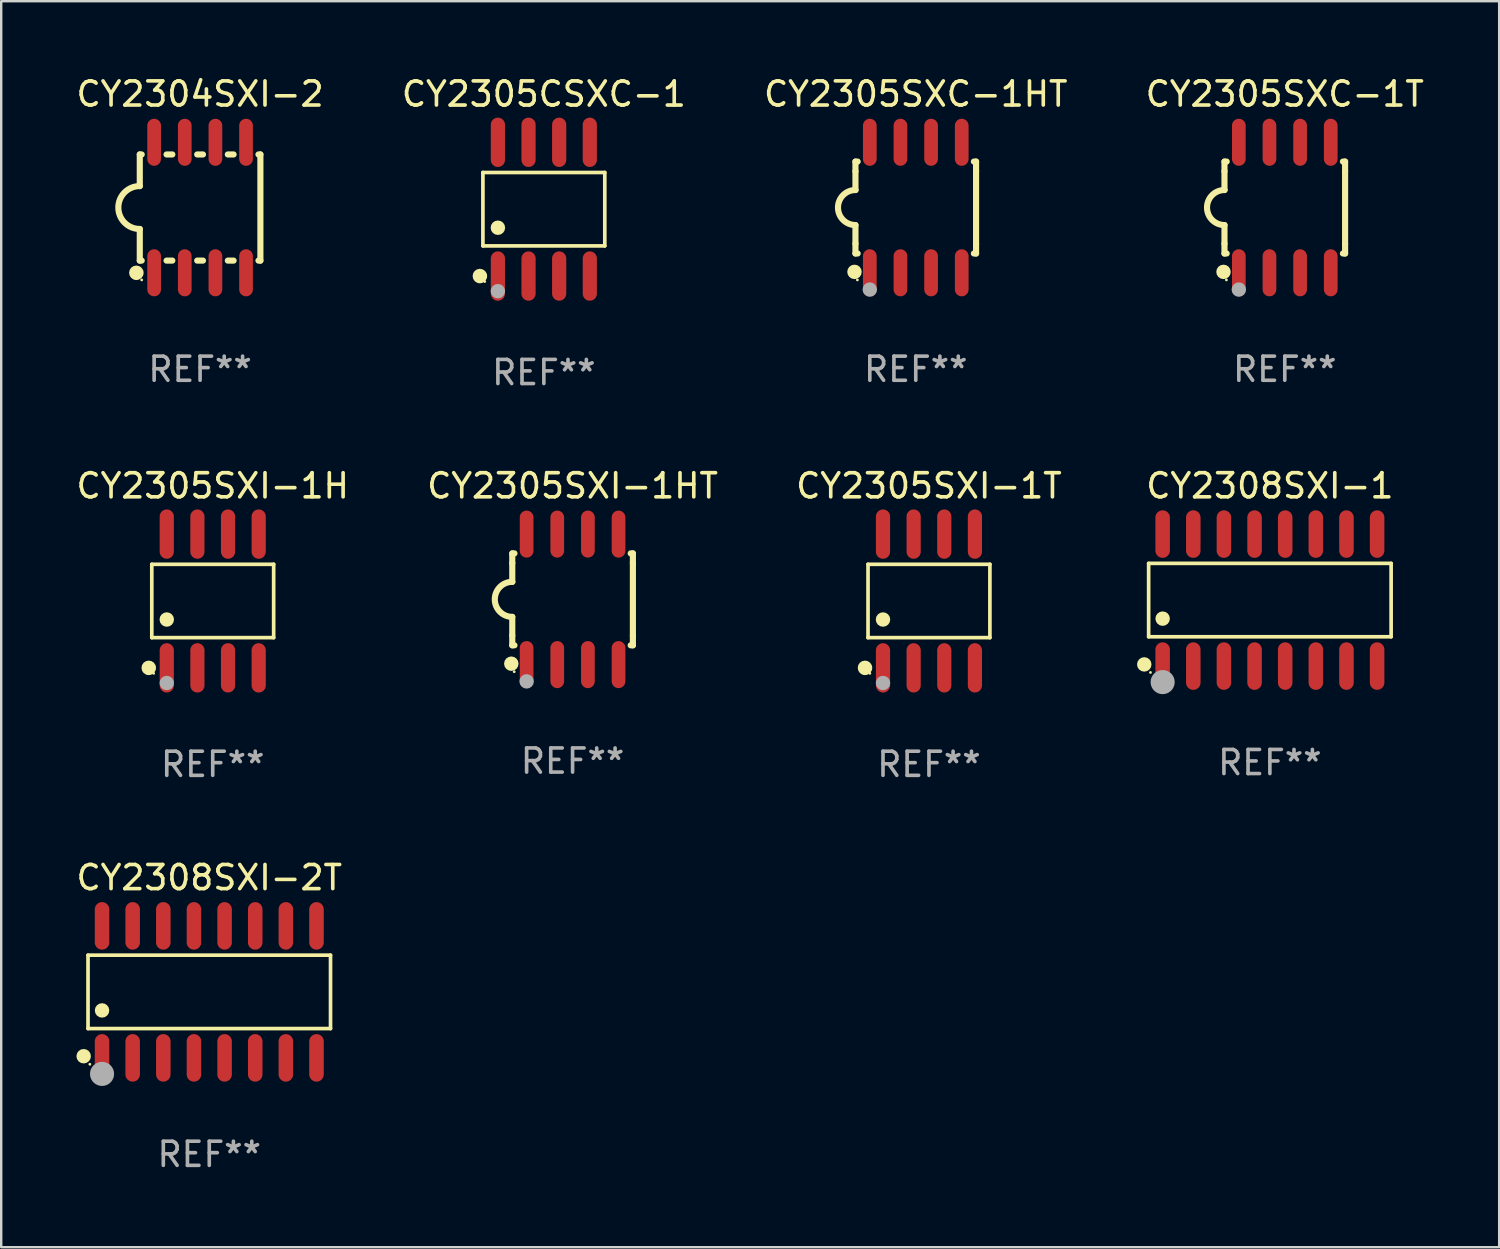
<source format=kicad_pcb>
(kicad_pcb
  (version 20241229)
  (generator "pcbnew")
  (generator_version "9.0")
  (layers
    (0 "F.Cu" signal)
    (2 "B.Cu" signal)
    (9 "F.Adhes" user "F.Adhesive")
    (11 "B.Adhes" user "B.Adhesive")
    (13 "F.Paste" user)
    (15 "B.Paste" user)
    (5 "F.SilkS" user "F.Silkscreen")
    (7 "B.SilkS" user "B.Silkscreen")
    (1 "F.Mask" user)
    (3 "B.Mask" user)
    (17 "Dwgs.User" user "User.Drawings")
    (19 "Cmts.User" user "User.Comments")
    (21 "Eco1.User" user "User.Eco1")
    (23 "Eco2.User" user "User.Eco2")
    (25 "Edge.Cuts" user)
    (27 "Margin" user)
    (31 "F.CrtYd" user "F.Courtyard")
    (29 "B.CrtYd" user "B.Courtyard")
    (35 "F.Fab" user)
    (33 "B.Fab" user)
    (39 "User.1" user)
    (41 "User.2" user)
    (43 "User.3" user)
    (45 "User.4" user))
  (footprint "CY2305SXC-1HT"
    (layer "F.Cu")
    (at 34.911 5.553)
    (property "Reference" "CY2305SXC-1HT" (at 0 -4.705 0) (layer "F.SilkS") (effects (font (size 1 1) (thickness 0.15))))
    (attr through_hole)
    (fp_line (start -2.5 -1.905) (end -2.409 -1.905) (stroke (width 0.254) (type solid)) (layer "F.SilkS"))
    (fp_line (start -2.5 -1.5) (end -2.5 -1.905) (stroke (width 0.254) (type solid)) (layer "F.SilkS"))
    (fp_line (start -2.5 -1.5) (end -2.5 -0.726) (stroke (width 0.254) (type solid)) (layer "F.SilkS"))
    (fp_line (start -2.5 1.5) (end -2.5 0.727) (stroke (width 0.254) (type solid)) (layer "F.SilkS"))
    (fp_line (start -2.5 1.5) (end -2.5 1.905) (stroke (width 0.254) (type solid)) (layer "F.SilkS"))
    (fp_line (start -2.5 1.905) (end -2.409 1.905) (stroke (width 0.254) (type solid)) (layer "F.SilkS"))
    (fp_line (start 2.5 -1.905) (end 2.409 -1.905) (stroke (width 0.254) (type solid)) (layer "F.SilkS"))
    (fp_line (start 2.5 -1.5) (end 2.5 -1.905) (stroke (width 0.254) (type solid)) (layer "F.SilkS"))
    (fp_line (start 2.5 -1.5) (end 2.5 1.5) (stroke (width 0.254) (type solid)) (layer "F.SilkS"))
    (fp_line (start 2.5 1.5) (end 2.5 1.905) (stroke (width 0.254) (type solid)) (layer "F.SilkS"))
    (fp_line (start 2.5 1.905) (end 2.409 1.905) (stroke (width 0.254) (type solid)) (layer "F.SilkS"))
    (fp_arc (start -2.5 0.726568) (mid -3.220316 -0.0023) (end -2.495097 -0.726289) (stroke (width 0.254001) (type solid)) (layer "F.SilkS"))
    (fp_circle (center -2.54 2.667) (end -2.39 2.667) (stroke (width 0.3) (type solid)) (fill no) (layer "F.SilkS"))
    (fp_circle (center -2.42 3) (end -2.39 3) (stroke (width 0.06) (type solid)) (fill no) (layer "F.SilkS"))
    (fp_circle (center -1.905 3.4) (end -1.755 3.4) (stroke (width 0.3) (type solid)) (fill no) (layer "F.Fab"))
    (fp_text user "REF**" (at 0 6.705 0) (layer "F.Fab") (effects (font (size 1 1) (thickness 0.15))))
    (pad "1" smd oval (at -1.905 2.705) (size 0.568 1.95) (layers "F.Cu" "F.Mask" "F.Paste"))
    (pad "2" smd oval (at -0.635 2.705) (size 0.568 1.95) (layers "F.Cu" "F.Mask" "F.Paste"))
    (pad "3" smd oval (at 0.635 2.705) (size 0.568 1.95) (layers "F.Cu" "F.Mask" "F.Paste"))
    (pad "4" smd oval (at 1.905 2.705) (size 0.568 1.95) (layers "F.Cu" "F.Mask" "F.Paste"))
    (pad "5" smd oval (at 1.905 -2.705) (size 0.568 1.95) (layers "F.Cu" "F.Mask" "F.Paste"))
    (pad "6" smd oval (at 0.635 -2.705) (size 0.568 1.95) (layers "F.Cu" "F.Mask" "F.Paste"))
    (pad "7" smd oval (at -0.635 -2.705) (size 0.568 1.95) (layers "F.Cu" "F.Mask" "F.Paste"))
    (pad "8" smd oval (at -1.905 -2.705) (size 0.568 1.95) (layers "F.Cu" "F.Mask" "F.Paste")))
  (footprint "CY2308SXI-2T"
    (layer "F.Cu")
    (at 5.625 38.066)
    (property "Reference" "CY2308SXI-2T" (at 0 -4.736 0) (layer "F.SilkS") (effects (font (size 1 1) (thickness 0.15))))
    (attr through_hole)
    (fp_line (start -5.026 -1.521) (end 5.026 -1.521) (stroke (width 0.152) (type solid)) (layer "F.SilkS"))
    (fp_line (start -5.026 1.521) (end -5.026 -1.521) (stroke (width 0.152) (type solid)) (layer "F.SilkS"))
    (fp_line (start 5.026 -1.521) (end 5.026 1.521) (stroke (width 0.152) (type solid)) (layer "F.SilkS"))
    (fp_line (start 5.026 1.521) (end -5.026 1.521) (stroke (width 0.152) (type solid)) (layer "F.SilkS"))
    (fp_circle (center -5.207 2.667) (end -5.057 2.667) (stroke (width 0.3) (type solid)) (fill no) (layer "F.SilkS"))
    (fp_circle (center -4.95 3) (end -4.92 3) (stroke (width 0.06) (type solid)) (fill no) (layer "F.SilkS"))
    (fp_circle (center -4.445 0.769) (end -4.295 0.769) (stroke (width 0.3) (type solid)) (fill no) (layer "F.SilkS"))
    (fp_circle (center -4.445 3.4) (end -4.195 3.4) (stroke (width 0.5) (type solid)) (fill no) (layer "F.Fab"))
    (fp_text user "REF**" (at 0 6.736 0) (layer "F.Fab") (effects (font (size 1 1) (thickness 0.15))))
    (pad "1" smd oval (at -4.445 2.736) (size 0.602 1.971) (layers "F.Cu" "F.Mask" "F.Paste"))
    (pad "2" smd oval (at -3.175 2.736) (size 0.602 1.971) (layers "F.Cu" "F.Mask" "F.Paste"))
    (pad "3" smd oval (at -1.905 2.736) (size 0.602 1.971) (layers "F.Cu" "F.Mask" "F.Paste"))
    (pad "4" smd oval (at -0.635 2.736) (size 0.602 1.971) (layers "F.Cu" "F.Mask" "F.Paste"))
    (pad "5" smd oval (at 0.635 2.736) (size 0.602 1.971) (layers "F.Cu" "F.Mask" "F.Paste"))
    (pad "6" smd oval (at 1.905 2.736) (size 0.602 1.971) (layers "F.Cu" "F.Mask" "F.Paste"))
    (pad "7" smd oval (at 3.175 2.736) (size 0.602 1.971) (layers "F.Cu" "F.Mask" "F.Paste"))
    (pad "8" smd oval (at 4.445 2.736) (size 0.602 1.971) (layers "F.Cu" "F.Mask" "F.Paste"))
    (pad "9" smd oval (at 4.445 -2.736) (size 0.602 1.971) (layers "F.Cu" "F.Mask" "F.Paste"))
    (pad "10" smd oval (at 3.175 -2.736) (size 0.602 1.971) (layers "F.Cu" "F.Mask" "F.Paste"))
    (pad "11" smd oval (at 1.905 -2.736) (size 0.602 1.971) (layers "F.Cu" "F.Mask" "F.Paste"))
    (pad "12" smd oval (at 0.635 -2.736) (size 0.602 1.971) (layers "F.Cu" "F.Mask" "F.Paste"))
    (pad "13" smd oval (at -0.635 -2.736) (size 0.602 1.971) (layers "F.Cu" "F.Mask" "F.Paste"))
    (pad "14" smd oval (at -1.905 -2.736) (size 0.602 1.971) (layers "F.Cu" "F.Mask" "F.Paste"))
    (pad "15" smd oval (at -3.175 -2.736) (size 0.602 1.971) (layers "F.Cu" "F.Mask" "F.Paste"))
    (pad "16" smd oval (at -4.445 -2.736) (size 0.602 1.971) (layers "F.Cu" "F.Mask" "F.Paste")))
  (footprint "CY2305SXC-1T"
    (layer "F.Cu")
    (at 50.208 5.553)
    (property "Reference" "CY2305SXC-1T" (at 0 -4.705 0) (layer "F.SilkS") (effects (font (size 1 1) (thickness 0.15))))
    (attr through_hole)
    (fp_line (start -2.5 -1.905) (end -2.409 -1.905) (stroke (width 0.254) (type solid)) (layer "F.SilkS"))
    (fp_line (start -2.5 -1.5) (end -2.5 -1.905) (stroke (width 0.254) (type solid)) (layer "F.SilkS"))
    (fp_line (start -2.5 -1.5) (end -2.5 -0.726) (stroke (width 0.254) (type solid)) (layer "F.SilkS"))
    (fp_line (start -2.5 1.5) (end -2.5 0.727) (stroke (width 0.254) (type solid)) (layer "F.SilkS"))
    (fp_line (start -2.5 1.5) (end -2.5 1.905) (stroke (width 0.254) (type solid)) (layer "F.SilkS"))
    (fp_line (start -2.5 1.905) (end -2.409 1.905) (stroke (width 0.254) (type solid)) (layer "F.SilkS"))
    (fp_line (start 2.5 -1.905) (end 2.409 -1.905) (stroke (width 0.254) (type solid)) (layer "F.SilkS"))
    (fp_line (start 2.5 -1.5) (end 2.5 -1.905) (stroke (width 0.254) (type solid)) (layer "F.SilkS"))
    (fp_line (start 2.5 -1.5) (end 2.5 1.5) (stroke (width 0.254) (type solid)) (layer "F.SilkS"))
    (fp_line (start 2.5 1.5) (end 2.5 1.905) (stroke (width 0.254) (type solid)) (layer "F.SilkS"))
    (fp_line (start 2.5 1.905) (end 2.409 1.905) (stroke (width 0.254) (type solid)) (layer "F.SilkS"))
    (fp_arc (start -2.5 0.726568) (mid -3.220316 -0.0023) (end -2.495097 -0.726289) (stroke (width 0.254001) (type solid)) (layer "F.SilkS"))
    (fp_circle (center -2.54 2.667) (end -2.39 2.667) (stroke (width 0.3) (type solid)) (fill no) (layer "F.SilkS"))
    (fp_circle (center -2.42 3) (end -2.39 3) (stroke (width 0.06) (type solid)) (fill no) (layer "F.SilkS"))
    (fp_circle (center -1.905 3.4) (end -1.755 3.4) (stroke (width 0.3) (type solid)) (fill no) (layer "F.Fab"))
    (fp_text user "REF**" (at 0 6.705 0) (layer "F.Fab") (effects (font (size 1 1) (thickness 0.15))))
    (pad "1" smd oval (at -1.905 2.705) (size 0.568 1.95) (layers "F.Cu" "F.Mask" "F.Paste"))
    (pad "2" smd oval (at -0.635 2.705) (size 0.568 1.95) (layers "F.Cu" "F.Mask" "F.Paste"))
    (pad "3" smd oval (at 0.635 2.705) (size 0.568 1.95) (layers "F.Cu" "F.Mask" "F.Paste"))
    (pad "4" smd oval (at 1.905 2.705) (size 0.568 1.95) (layers "F.Cu" "F.Mask" "F.Paste"))
    (pad "5" smd oval (at 1.905 -2.705) (size 0.568 1.95) (layers "F.Cu" "F.Mask" "F.Paste"))
    (pad "6" smd oval (at 0.635 -2.705) (size 0.568 1.95) (layers "F.Cu" "F.Mask" "F.Paste"))
    (pad "7" smd oval (at -0.635 -2.705) (size 0.568 1.95) (layers "F.Cu" "F.Mask" "F.Paste"))
    (pad "8" smd oval (at -1.905 -2.705) (size 0.568 1.95) (layers "F.Cu" "F.Mask" "F.Paste")))
  (footprint "CY2304SXI-2"
    (layer "F.Cu")
    (at 5.244 5.553)
    (property "Reference" "CY2304SXI-2" (at 0 -4.705 0) (layer "F.SilkS") (effects (font (size 1 1) (thickness 0.15))))
    (attr through_hole)
    (fp_line (start -2.5 -2.2) (end -2.5 -0.889) (stroke (width 0.254) (type solid)) (layer "F.SilkS"))
    (fp_line (start -2.5 2.2) (end -2.5 0.889) (stroke (width 0.254) (type solid)) (layer "F.SilkS"))
    (fp_line (start -2.42 -2.2) (end -2.5 -2.2) (stroke (width 0.254) (type solid)) (layer "F.SilkS"))
    (fp_line (start -2.42 2.2) (end -2.5 2.2) (stroke (width 0.254) (type solid)) (layer "F.SilkS"))
    (fp_line (start -1.15 -2.2) (end -1.39 -2.2) (stroke (width 0.254) (type solid)) (layer "F.SilkS"))
    (fp_line (start -1.15 2.2) (end -1.39 2.2) (stroke (width 0.254) (type solid)) (layer "F.SilkS"))
    (fp_line (start 0.12 -2.2) (end -0.12 -2.2) (stroke (width 0.254) (type solid)) (layer "F.SilkS"))
    (fp_line (start 0.12 2.2) (end -0.12 2.2) (stroke (width 0.254) (type solid)) (layer "F.SilkS"))
    (fp_line (start 1.39 -2.2) (end 1.15 -2.2) (stroke (width 0.254) (type solid)) (layer "F.SilkS"))
    (fp_line (start 1.39 2.2) (end 1.15 2.2) (stroke (width 0.254) (type solid)) (layer "F.SilkS"))
    (fp_line (start 2.5 -2.2) (end 2.42 -2.2) (stroke (width 0.254) (type solid)) (layer "F.SilkS"))
    (fp_line (start 2.5 -2.2) (end 2.5 2.2) (stroke (width 0.254) (type solid)) (layer "F.SilkS"))
    (fp_line (start 2.5 2.2) (end 2.42 2.2) (stroke (width 0.254) (type solid)) (layer "F.SilkS"))
    (fp_arc (start -2.5 0.889002) (mid -3.388367 -0.000318) (end -2.499365 -0.889002) (stroke (width 0.254001) (type solid)) (layer "F.SilkS"))
    (fp_circle (center -2.642 2.705) (end -2.491 2.705) (stroke (width 0.3) (type solid)) (fill no) (layer "F.SilkS"))
    (fp_circle (center -2.42 3) (end -2.39 3) (stroke (width 0.06) (type solid)) (fill no) (layer "F.SilkS"))
    (fp_text user "REF**" (at 0 6.705 0) (layer "F.Fab") (effects (font (size 1 1) (thickness 0.15))))
    (pad "1" smd oval (at -1.905 2.705) (size 0.568 1.95) (layers "F.Cu" "F.Mask" "F.Paste"))
    (pad "2" smd oval (at -0.635 2.705) (size 0.568 1.95) (layers "F.Cu" "F.Mask" "F.Paste"))
    (pad "3" smd oval (at 0.635 2.705) (size 0.568 1.95) (layers "F.Cu" "F.Mask" "F.Paste"))
    (pad "4" smd oval (at 1.905 2.705) (size 0.568 1.95) (layers "F.Cu" "F.Mask" "F.Paste"))
    (pad "5" smd oval (at 1.905 -2.705) (size 0.568 1.95) (layers "F.Cu" "F.Mask" "F.Paste"))
    (pad "6" smd oval (at 0.635 -2.705) (size 0.568 1.95) (layers "F.Cu" "F.Mask" "F.Paste"))
    (pad "7" smd oval (at -0.635 -2.705) (size 0.568 1.95) (layers "F.Cu" "F.Mask" "F.Paste"))
    (pad "8" smd oval (at -1.905 -2.705) (size 0.568 1.95) (layers "F.Cu" "F.Mask" "F.Paste")))
  (footprint "CY2308SXI-1"
    (layer "F.Cu")
    (at 49.59 21.825)
    (property "Reference" "CY2308SXI-1" (at 0 -4.736 0) (layer "F.SilkS") (effects (font (size 1 1) (thickness 0.15))))
    (attr through_hole)
    (fp_line (start -5.026 -1.521) (end 5.026 -1.521) (stroke (width 0.152) (type solid)) (layer "F.SilkS"))
    (fp_line (start -5.026 1.521) (end -5.026 -1.521) (stroke (width 0.152) (type solid)) (layer "F.SilkS"))
    (fp_line (start 5.026 -1.521) (end 5.026 1.521) (stroke (width 0.152) (type solid)) (layer "F.SilkS"))
    (fp_line (start 5.026 1.521) (end -5.026 1.521) (stroke (width 0.152) (type solid)) (layer "F.SilkS"))
    (fp_circle (center -5.207 2.667) (end -5.057 2.667) (stroke (width 0.3) (type solid)) (fill no) (layer "F.SilkS"))
    (fp_circle (center -4.95 3) (end -4.92 3) (stroke (width 0.06) (type solid)) (fill no) (layer "F.SilkS"))
    (fp_circle (center -4.445 0.769) (end -4.295 0.769) (stroke (width 0.3) (type solid)) (fill no) (layer "F.SilkS"))
    (fp_circle (center -4.445 3.4) (end -4.195 3.4) (stroke (width 0.5) (type solid)) (fill no) (layer "F.Fab"))
    (fp_text user "REF**" (at 0 6.736 0) (layer "F.Fab") (effects (font (size 1 1) (thickness 0.15))))
    (pad "1" smd oval (at -4.445 2.736) (size 0.602 1.971) (layers "F.Cu" "F.Mask" "F.Paste"))
    (pad "2" smd oval (at -3.175 2.736) (size 0.602 1.971) (layers "F.Cu" "F.Mask" "F.Paste"))
    (pad "3" smd oval (at -1.905 2.736) (size 0.602 1.971) (layers "F.Cu" "F.Mask" "F.Paste"))
    (pad "4" smd oval (at -0.635 2.736) (size 0.602 1.971) (layers "F.Cu" "F.Mask" "F.Paste"))
    (pad "5" smd oval (at 0.635 2.736) (size 0.602 1.971) (layers "F.Cu" "F.Mask" "F.Paste"))
    (pad "6" smd oval (at 1.905 2.736) (size 0.602 1.971) (layers "F.Cu" "F.Mask" "F.Paste"))
    (pad "7" smd oval (at 3.175 2.736) (size 0.602 1.971) (layers "F.Cu" "F.Mask" "F.Paste"))
    (pad "8" smd oval (at 4.445 2.736) (size 0.602 1.971) (layers "F.Cu" "F.Mask" "F.Paste"))
    (pad "9" smd oval (at 4.445 -2.736) (size 0.602 1.971) (layers "F.Cu" "F.Mask" "F.Paste"))
    (pad "10" smd oval (at 3.175 -2.736) (size 0.602 1.971) (layers "F.Cu" "F.Mask" "F.Paste"))
    (pad "11" smd oval (at 1.905 -2.736) (size 0.602 1.971) (layers "F.Cu" "F.Mask" "F.Paste"))
    (pad "12" smd oval (at 0.635 -2.736) (size 0.602 1.971) (layers "F.Cu" "F.Mask" "F.Paste"))
    (pad "13" smd oval (at -0.635 -2.736) (size 0.602 1.971) (layers "F.Cu" "F.Mask" "F.Paste"))
    (pad "14" smd oval (at -1.905 -2.736) (size 0.602 1.971) (layers "F.Cu" "F.Mask" "F.Paste"))
    (pad "15" smd oval (at -3.175 -2.736) (size 0.602 1.971) (layers "F.Cu" "F.Mask" "F.Paste"))
    (pad "16" smd oval (at -4.445 -2.736) (size 0.602 1.971) (layers "F.Cu" "F.Mask" "F.Paste")))
  (footprint "CY2305SXI-1H"
    (layer "F.Cu")
    (at 5.768 21.862)
    (property "Reference" "CY2305SXI-1H" (at 0 -4.772 0) (layer "F.SilkS") (effects (font (size 1 1) (thickness 0.15))))
    (attr through_hole)
    (fp_line (start -2.526 -1.521) (end 2.526 -1.521) (stroke (width 0.152) (type solid)) (layer "F.SilkS"))
    (fp_line (start -2.526 1.521) (end -2.526 -1.521) (stroke (width 0.152) (type solid)) (layer "F.SilkS"))
    (fp_line (start 2.526 -1.521) (end 2.526 1.521) (stroke (width 0.152) (type solid)) (layer "F.SilkS"))
    (fp_line (start 2.526 1.521) (end -2.526 1.521) (stroke (width 0.152) (type solid)) (layer "F.SilkS"))
    (fp_circle (center -2.652 2.772) (end -2.501 2.772) (stroke (width 0.3) (type solid)) (fill no) (layer "F.SilkS"))
    (fp_circle (center -2.45 3) (end -2.42 3) (stroke (width 0.06) (type solid)) (fill no) (layer "F.SilkS"))
    (fp_circle (center -1.905 0.769) (end -1.755 0.769) (stroke (width 0.3) (type solid)) (fill no) (layer "F.SilkS"))
    (fp_circle (center -1.905 3.4) (end -1.755 3.4) (stroke (width 0.3) (type solid)) (fill no) (layer "F.Fab"))
    (fp_text user "REF**" (at 0 6.772 0) (layer "F.Fab") (effects (font (size 1 1) (thickness 0.15))))
    (pad "1" smd oval (at -1.905 2.772) (size 0.588 2.045) (layers "F.Cu" "F.Mask" "F.Paste"))
    (pad "2" smd oval (at -0.635 2.772) (size 0.588 2.045) (layers "F.Cu" "F.Mask" "F.Paste"))
    (pad "3" smd oval (at 0.635 2.772) (size 0.588 2.045) (layers "F.Cu" "F.Mask" "F.Paste"))
    (pad "4" smd oval (at 1.905 2.772) (size 0.588 2.045) (layers "F.Cu" "F.Mask" "F.Paste"))
    (pad "5" smd oval (at 1.905 -2.772) (size 0.588 2.045) (layers "F.Cu" "F.Mask" "F.Paste"))
    (pad "6" smd oval (at 0.635 -2.772) (size 0.588 2.045) (layers "F.Cu" "F.Mask" "F.Paste"))
    (pad "7" smd oval (at -0.635 -2.772) (size 0.588 2.045) (layers "F.Cu" "F.Mask" "F.Paste"))
    (pad "8" smd oval (at -1.905 -2.772) (size 0.588 2.045) (layers "F.Cu" "F.Mask" "F.Paste")))
  (footprint "CY2305CSXC-1"
    (layer "F.Cu")
    (at 19.494 5.621)
    (property "Reference" "CY2305CSXC-1" (at 0 -4.772 0) (layer "F.SilkS") (effects (font (size 1 1) (thickness 0.15))))
    (attr through_hole)
    (fp_line (start -2.526 -1.521) (end 2.526 -1.521) (stroke (width 0.152) (type solid)) (layer "F.SilkS"))
    (fp_line (start -2.526 1.521) (end -2.526 -1.521) (stroke (width 0.152) (type solid)) (layer "F.SilkS"))
    (fp_line (start 2.526 -1.521) (end 2.526 1.521) (stroke (width 0.152) (type solid)) (layer "F.SilkS"))
    (fp_line (start 2.526 1.521) (end -2.526 1.521) (stroke (width 0.152) (type solid)) (layer "F.SilkS"))
    (fp_circle (center -2.652 2.772) (end -2.501 2.772) (stroke (width 0.3) (type solid)) (fill no) (layer "F.SilkS"))
    (fp_circle (center -2.45 3) (end -2.42 3) (stroke (width 0.06) (type solid)) (fill no) (layer "F.SilkS"))
    (fp_circle (center -1.905 0.769) (end -1.755 0.769) (stroke (width 0.3) (type solid)) (fill no) (layer "F.SilkS"))
    (fp_circle (center -1.905 3.4) (end -1.755 3.4) (stroke (width 0.3) (type solid)) (fill no) (layer "F.Fab"))
    (fp_text user "REF**" (at 0 6.772 0) (layer "F.Fab") (effects (font (size 1 1) (thickness 0.15))))
    (pad "1" smd oval (at -1.905 2.772) (size 0.588 2.045) (layers "F.Cu" "F.Mask" "F.Paste"))
    (pad "2" smd oval (at -0.635 2.772) (size 0.588 2.045) (layers "F.Cu" "F.Mask" "F.Paste"))
    (pad "3" smd oval (at 0.635 2.772) (size 0.588 2.045) (layers "F.Cu" "F.Mask" "F.Paste"))
    (pad "4" smd oval (at 1.905 2.772) (size 0.588 2.045) (layers "F.Cu" "F.Mask" "F.Paste"))
    (pad "5" smd oval (at 1.905 -2.772) (size 0.588 2.045) (layers "F.Cu" "F.Mask" "F.Paste"))
    (pad "6" smd oval (at 0.635 -2.772) (size 0.588 2.045) (layers "F.Cu" "F.Mask" "F.Paste"))
    (pad "7" smd oval (at -0.635 -2.772) (size 0.588 2.045) (layers "F.Cu" "F.Mask" "F.Paste"))
    (pad "8" smd oval (at -1.905 -2.772) (size 0.588 2.045) (layers "F.Cu" "F.Mask" "F.Paste")))
  (footprint "CY2305SXI-1HT"
    (layer "F.Cu")
    (at 20.685 21.795)
    (property "Reference" "CY2305SXI-1HT" (at 0 -4.705 0) (layer "F.SilkS") (effects (font (size 1 1) (thickness 0.15))))
    (attr through_hole)
    (fp_line (start -2.5 -1.905) (end -2.409 -1.905) (stroke (width 0.254) (type solid)) (layer "F.SilkS"))
    (fp_line (start -2.5 -1.5) (end -2.5 -1.905) (stroke (width 0.254) (type solid)) (layer "F.SilkS"))
    (fp_line (start -2.5 -1.5) (end -2.5 -0.726) (stroke (width 0.254) (type solid)) (layer "F.SilkS"))
    (fp_line (start -2.5 1.5) (end -2.5 0.727) (stroke (width 0.254) (type solid)) (layer "F.SilkS"))
    (fp_line (start -2.5 1.5) (end -2.5 1.905) (stroke (width 0.254) (type solid)) (layer "F.SilkS"))
    (fp_line (start -2.5 1.905) (end -2.409 1.905) (stroke (width 0.254) (type solid)) (layer "F.SilkS"))
    (fp_line (start 2.5 -1.905) (end 2.409 -1.905) (stroke (width 0.254) (type solid)) (layer "F.SilkS"))
    (fp_line (start 2.5 -1.5) (end 2.5 -1.905) (stroke (width 0.254) (type solid)) (layer "F.SilkS"))
    (fp_line (start 2.5 -1.5) (end 2.5 1.5) (stroke (width 0.254) (type solid)) (layer "F.SilkS"))
    (fp_line (start 2.5 1.5) (end 2.5 1.905) (stroke (width 0.254) (type solid)) (layer "F.SilkS"))
    (fp_line (start 2.5 1.905) (end 2.409 1.905) (stroke (width 0.254) (type solid)) (layer "F.SilkS"))
    (fp_arc (start -2.5 0.726568) (mid -3.220316 -0.0023) (end -2.495097 -0.726289) (stroke (width 0.254001) (type solid)) (layer "F.SilkS"))
    (fp_circle (center -2.54 2.667) (end -2.39 2.667) (stroke (width 0.3) (type solid)) (fill no) (layer "F.SilkS"))
    (fp_circle (center -2.42 3) (end -2.39 3) (stroke (width 0.06) (type solid)) (fill no) (layer "F.SilkS"))
    (fp_circle (center -1.905 3.4) (end -1.755 3.4) (stroke (width 0.3) (type solid)) (fill no) (layer "F.Fab"))
    (fp_text user "REF**" (at 0 6.705 0) (layer "F.Fab") (effects (font (size 1 1) (thickness 0.15))))
    (pad "1" smd oval (at -1.905 2.705) (size 0.568 1.95) (layers "F.Cu" "F.Mask" "F.Paste"))
    (pad "2" smd oval (at -0.635 2.705) (size 0.568 1.95) (layers "F.Cu" "F.Mask" "F.Paste"))
    (pad "3" smd oval (at 0.635 2.705) (size 0.568 1.95) (layers "F.Cu" "F.Mask" "F.Paste"))
    (pad "4" smd oval (at 1.905 2.705) (size 0.568 1.95) (layers "F.Cu" "F.Mask" "F.Paste"))
    (pad "5" smd oval (at 1.905 -2.705) (size 0.568 1.95) (layers "F.Cu" "F.Mask" "F.Paste"))
    (pad "6" smd oval (at 0.635 -2.705) (size 0.568 1.95) (layers "F.Cu" "F.Mask" "F.Paste"))
    (pad "7" smd oval (at -0.635 -2.705) (size 0.568 1.95) (layers "F.Cu" "F.Mask" "F.Paste"))
    (pad "8" smd oval (at -1.905 -2.705) (size 0.568 1.95) (layers "F.Cu" "F.Mask" "F.Paste")))
  (footprint "CY2305SXI-1T"
    (layer "F.Cu")
    (at 35.458 21.862)
    (property "Reference" "CY2305SXI-1T" (at 0 -4.772 0) (layer "F.SilkS") (effects (font (size 1 1) (thickness 0.15))))
    (attr through_hole)
    (fp_line (start -2.526 -1.521) (end 2.526 -1.521) (stroke (width 0.152) (type solid)) (layer "F.SilkS"))
    (fp_line (start -2.526 1.521) (end -2.526 -1.521) (stroke (width 0.152) (type solid)) (layer "F.SilkS"))
    (fp_line (start 2.526 -1.521) (end 2.526 1.521) (stroke (width 0.152) (type solid)) (layer "F.SilkS"))
    (fp_line (start 2.526 1.521) (end -2.526 1.521) (stroke (width 0.152) (type solid)) (layer "F.SilkS"))
    (fp_circle (center -2.652 2.772) (end -2.501 2.772) (stroke (width 0.3) (type solid)) (fill no) (layer "F.SilkS"))
    (fp_circle (center -2.45 3) (end -2.42 3) (stroke (width 0.06) (type solid)) (fill no) (layer "F.SilkS"))
    (fp_circle (center -1.905 0.769) (end -1.755 0.769) (stroke (width 0.3) (type solid)) (fill no) (layer "F.SilkS"))
    (fp_circle (center -1.905 3.4) (end -1.755 3.4) (stroke (width 0.3) (type solid)) (fill no) (layer "F.Fab"))
    (fp_text user "REF**" (at 0 6.772 0) (layer "F.Fab") (effects (font (size 1 1) (thickness 0.15))))
    (pad "1" smd oval (at -1.905 2.772) (size 0.588 2.045) (layers "F.Cu" "F.Mask" "F.Paste"))
    (pad "2" smd oval (at -0.635 2.772) (size 0.588 2.045) (layers "F.Cu" "F.Mask" "F.Paste"))
    (pad "3" smd oval (at 0.635 2.772) (size 0.588 2.045) (layers "F.Cu" "F.Mask" "F.Paste"))
    (pad "4" smd oval (at 1.905 2.772) (size 0.588 2.045) (layers "F.Cu" "F.Mask" "F.Paste"))
    (pad "5" smd oval (at 1.905 -2.772) (size 0.588 2.045) (layers "F.Cu" "F.Mask" "F.Paste"))
    (pad "6" smd oval (at 0.635 -2.772) (size 0.588 2.045) (layers "F.Cu" "F.Mask" "F.Paste"))
    (pad "7" smd oval (at -0.635 -2.772) (size 0.588 2.045) (layers "F.Cu" "F.Mask" "F.Paste"))
    (pad "8" smd oval (at -1.905 -2.772) (size 0.588 2.045) (layers "F.Cu" "F.Mask" "F.Paste")))
  (gr_rect
    (start -3 -3)
    (end 59.095 48.65)
    (stroke (width 0.1) (type default))
    (fill no)
    (layer "Edge.Cuts")))
</source>
